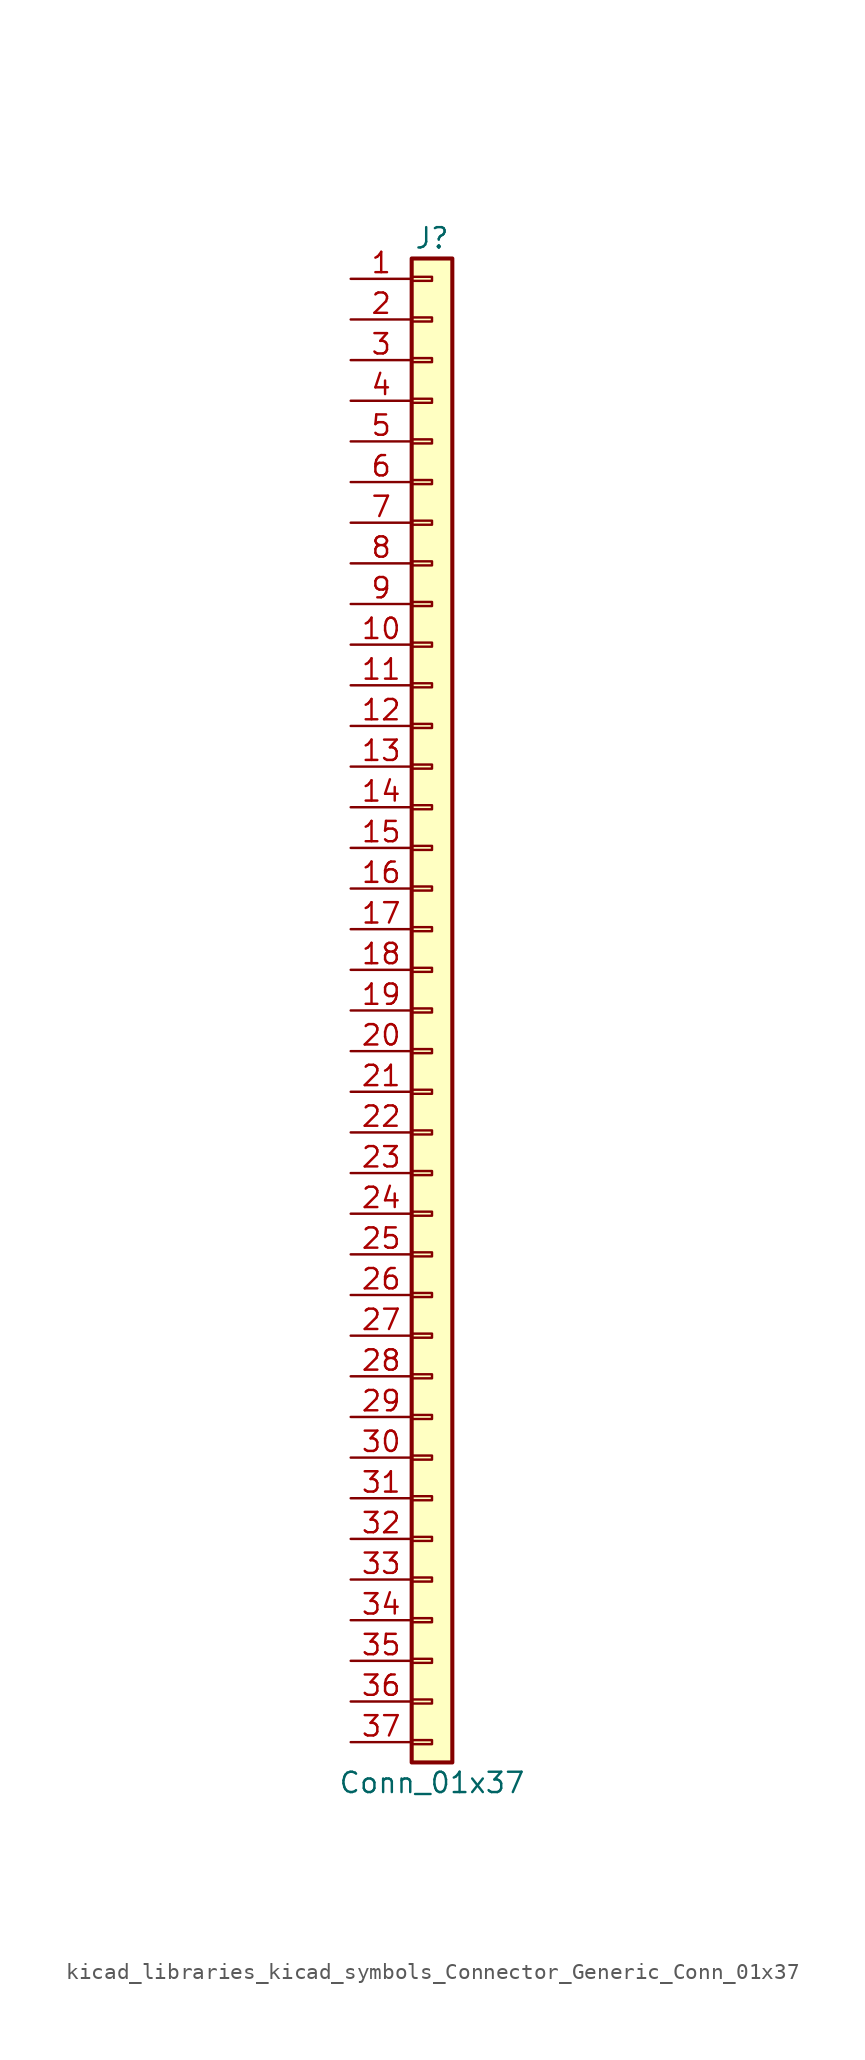
<source format=kicad_sym>
(kicad_symbol_lib
  (version 20220914)
  (generator kicad_symbol_editor)
  (symbol "kicad_libraries_kicad_symbols_Connector_Generic_Conn_01x37"
    (pin_names
      (offset 1.016) hide)
    (property "Reference" "J"
      (at 0 48.26 0)
      (effects (font (size 1.27 1.27))))
    (property "Value" "Conn_01x37"
      (at 0 -48.26 0)
      (effects (font (size 1.27 1.27))))
    (symbol "kicad_libraries_kicad_symbols_Connector_Generic_Conn_01x37_1_1"
      (rectangle (start -1.27 -45.593) (end 0 -45.847) (stroke (width 0.152) (type default)) (fill (type none)))
      (rectangle (start -1.27 -43.053) (end 0 -43.307) (stroke (width 0.152) (type default)) (fill (type none)))
      (rectangle (start -1.27 -40.513) (end 0 -40.767) (stroke (width 0.152) (type default)) (fill (type none)))
      (rectangle (start -1.27 -37.973) (end 0 -38.227) (stroke (width 0.152) (type default)) (fill (type none)))
      (rectangle (start -1.27 -35.433) (end 0 -35.687) (stroke (width 0.152) (type default)) (fill (type none)))
      (rectangle (start -1.27 -32.893) (end 0 -33.147) (stroke (width 0.152) (type default)) (fill (type none)))
      (rectangle (start -1.27 -30.353) (end 0 -30.607) (stroke (width 0.152) (type default)) (fill (type none)))
      (rectangle (start -1.27 -27.813) (end 0 -28.067) (stroke (width 0.152) (type default)) (fill (type none)))
      (rectangle (start -1.27 -25.273) (end 0 -25.527) (stroke (width 0.152) (type default)) (fill (type none)))
      (rectangle (start -1.27 -22.733) (end 0 -22.987) (stroke (width 0.152) (type default)) (fill (type none)))
      (rectangle (start -1.27 -20.193) (end 0 -20.447) (stroke (width 0.152) (type default)) (fill (type none)))
      (rectangle (start -1.27 -17.653) (end 0 -17.907) (stroke (width 0.152) (type default)) (fill (type none)))
      (rectangle (start -1.27 -15.113) (end 0 -15.367) (stroke (width 0.152) (type default)) (fill (type none)))
      (rectangle (start -1.27 -12.573) (end 0 -12.827) (stroke (width 0.152) (type default)) (fill (type none)))
      (rectangle (start -1.27 -10.033) (end 0 -10.287) (stroke (width 0.152) (type default)) (fill (type none)))
      (rectangle (start -1.27 -7.493) (end 0 -7.747) (stroke (width 0.152) (type default)) (fill (type none)))
      (rectangle (start -1.27 -4.953) (end 0 -5.207) (stroke (width 0.152) (type default)) (fill (type none)))
      (rectangle (start -1.27 -2.413) (end 0 -2.667) (stroke (width 0.152) (type default)) (fill (type none)))
      (rectangle (start -1.27 0.127) (end 0 -0.127) (stroke (width 0.152) (type default)) (fill (type none)))
      (rectangle (start -1.27 2.667) (end 0 2.413) (stroke (width 0.152) (type default)) (fill (type none)))
      (rectangle (start -1.27 5.207) (end 0 4.953) (stroke (width 0.152) (type default)) (fill (type none)))
      (rectangle (start -1.27 7.747) (end 0 7.493) (stroke (width 0.152) (type default)) (fill (type none)))
      (rectangle (start -1.27 10.287) (end 0 10.033) (stroke (width 0.152) (type default)) (fill (type none)))
      (rectangle (start -1.27 12.827) (end 0 12.573) (stroke (width 0.152) (type default)) (fill (type none)))
      (rectangle (start -1.27 15.367) (end 0 15.113) (stroke (width 0.152) (type default)) (fill (type none)))
      (rectangle (start -1.27 17.907) (end 0 17.653) (stroke (width 0.152) (type default)) (fill (type none)))
      (rectangle (start -1.27 20.447) (end 0 20.193) (stroke (width 0.152) (type default)) (fill (type none)))
      (rectangle (start -1.27 22.987) (end 0 22.733) (stroke (width 0.152) (type default)) (fill (type none)))
      (rectangle (start -1.27 25.527) (end 0 25.273) (stroke (width 0.152) (type default)) (fill (type none)))
      (rectangle (start -1.27 28.067) (end 0 27.813) (stroke (width 0.152) (type default)) (fill (type none)))
      (rectangle (start -1.27 30.607) (end 0 30.353) (stroke (width 0.152) (type default)) (fill (type none)))
      (rectangle (start -1.27 33.147) (end 0 32.893) (stroke (width 0.152) (type default)) (fill (type none)))
      (rectangle (start -1.27 35.687) (end 0 35.433) (stroke (width 0.152) (type default)) (fill (type none)))
      (rectangle (start -1.27 38.227) (end 0 37.973) (stroke (width 0.152) (type default)) (fill (type none)))
      (rectangle (start -1.27 40.767) (end 0 40.513) (stroke (width 0.152) (type default)) (fill (type none)))
      (rectangle (start -1.27 43.307) (end 0 43.053) (stroke (width 0.152) (type default)) (fill (type none)))
      (rectangle (start -1.27 45.847) (end 0 45.593) (stroke (width 0.152) (type default)) (fill (type none)))
      (rectangle (start -1.27 46.99) (end 1.27 -46.99) (stroke (width 0.254) (type default)) (fill (type background)))
      (pin passive line (at -5.08 45.72 0) (length 3.81) (name "Pin_1" (effects (font (size 1.27 1.27)))) (number "1" (effects (font (size 1.27 1.27)))))
      (pin passive line (at -5.08 22.86 0) (length 3.81) (name "Pin_10" (effects (font (size 1.27 1.27)))) (number "10" (effects (font (size 1.27 1.27)))))
      (pin passive line (at -5.08 20.32 0) (length 3.81) (name "Pin_11" (effects (font (size 1.27 1.27)))) (number "11" (effects (font (size 1.27 1.27)))))
      (pin passive line (at -5.08 17.78 0) (length 3.81) (name "Pin_12" (effects (font (size 1.27 1.27)))) (number "12" (effects (font (size 1.27 1.27)))))
      (pin passive line (at -5.08 15.24 0) (length 3.81) (name "Pin_13" (effects (font (size 1.27 1.27)))) (number "13" (effects (font (size 1.27 1.27)))))
      (pin passive line (at -5.08 12.7 0) (length 3.81) (name "Pin_14" (effects (font (size 1.27 1.27)))) (number "14" (effects (font (size 1.27 1.27)))))
      (pin passive line (at -5.08 10.16 0) (length 3.81) (name "Pin_15" (effects (font (size 1.27 1.27)))) (number "15" (effects (font (size 1.27 1.27)))))
      (pin passive line (at -5.08 7.62 0) (length 3.81) (name "Pin_16" (effects (font (size 1.27 1.27)))) (number "16" (effects (font (size 1.27 1.27)))))
      (pin passive line (at -5.08 5.08 0) (length 3.81) (name "Pin_17" (effects (font (size 1.27 1.27)))) (number "17" (effects (font (size 1.27 1.27)))))
      (pin passive line (at -5.08 2.54 0) (length 3.81) (name "Pin_18" (effects (font (size 1.27 1.27)))) (number "18" (effects (font (size 1.27 1.27)))))
      (pin passive line (at -5.08 0 0) (length 3.81) (name "Pin_19" (effects (font (size 1.27 1.27)))) (number "19" (effects (font (size 1.27 1.27)))))
      (pin passive line (at -5.08 43.18 0) (length 3.81) (name "Pin_2" (effects (font (size 1.27 1.27)))) (number "2" (effects (font (size 1.27 1.27)))))
      (pin passive line (at -5.08 -2.54 0) (length 3.81) (name "Pin_20" (effects (font (size 1.27 1.27)))) (number "20" (effects (font (size 1.27 1.27)))))
      (pin passive line (at -5.08 -5.08 0) (length 3.81) (name "Pin_21" (effects (font (size 1.27 1.27)))) (number "21" (effects (font (size 1.27 1.27)))))
      (pin passive line (at -5.08 -7.62 0) (length 3.81) (name "Pin_22" (effects (font (size 1.27 1.27)))) (number "22" (effects (font (size 1.27 1.27)))))
      (pin passive line (at -5.08 -10.16 0) (length 3.81) (name "Pin_23" (effects (font (size 1.27 1.27)))) (number "23" (effects (font (size 1.27 1.27)))))
      (pin passive line (at -5.08 -12.7 0) (length 3.81) (name "Pin_24" (effects (font (size 1.27 1.27)))) (number "24" (effects (font (size 1.27 1.27)))))
      (pin passive line (at -5.08 -15.24 0) (length 3.81) (name "Pin_25" (effects (font (size 1.27 1.27)))) (number "25" (effects (font (size 1.27 1.27)))))
      (pin passive line (at -5.08 -17.78 0) (length 3.81) (name "Pin_26" (effects (font (size 1.27 1.27)))) (number "26" (effects (font (size 1.27 1.27)))))
      (pin passive line (at -5.08 -20.32 0) (length 3.81) (name "Pin_27" (effects (font (size 1.27 1.27)))) (number "27" (effects (font (size 1.27 1.27)))))
      (pin passive line (at -5.08 -22.86 0) (length 3.81) (name "Pin_28" (effects (font (size 1.27 1.27)))) (number "28" (effects (font (size 1.27 1.27)))))
      (pin passive line (at -5.08 -25.4 0) (length 3.81) (name "Pin_29" (effects (font (size 1.27 1.27)))) (number "29" (effects (font (size 1.27 1.27)))))
      (pin passive line (at -5.08 40.64 0) (length 3.81) (name "Pin_3" (effects (font (size 1.27 1.27)))) (number "3" (effects (font (size 1.27 1.27)))))
      (pin passive line (at -5.08 -27.94 0) (length 3.81) (name "Pin_30" (effects (font (size 1.27 1.27)))) (number "30" (effects (font (size 1.27 1.27)))))
      (pin passive line (at -5.08 -30.48 0) (length 3.81) (name "Pin_31" (effects (font (size 1.27 1.27)))) (number "31" (effects (font (size 1.27 1.27)))))
      (pin passive line (at -5.08 -33.02 0) (length 3.81) (name "Pin_32" (effects (font (size 1.27 1.27)))) (number "32" (effects (font (size 1.27 1.27)))))
      (pin passive line (at -5.08 -35.56 0) (length 3.81) (name "Pin_33" (effects (font (size 1.27 1.27)))) (number "33" (effects (font (size 1.27 1.27)))))
      (pin passive line (at -5.08 -38.1 0) (length 3.81) (name "Pin_34" (effects (font (size 1.27 1.27)))) (number "34" (effects (font (size 1.27 1.27)))))
      (pin passive line (at -5.08 -40.64 0) (length 3.81) (name "Pin_35" (effects (font (size 1.27 1.27)))) (number "35" (effects (font (size 1.27 1.27)))))
      (pin passive line (at -5.08 -43.18 0) (length 3.81) (name "Pin_36" (effects (font (size 1.27 1.27)))) (number "36" (effects (font (size 1.27 1.27)))))
      (pin passive line (at -5.08 -45.72 0) (length 3.81) (name "Pin_37" (effects (font (size 1.27 1.27)))) (number "37" (effects (font (size 1.27 1.27)))))
      (pin passive line (at -5.08 38.1 0) (length 3.81) (name "Pin_4" (effects (font (size 1.27 1.27)))) (number "4" (effects (font (size 1.27 1.27)))))
      (pin passive line (at -5.08 35.56 0) (length 3.81) (name "Pin_5" (effects (font (size 1.27 1.27)))) (number "5" (effects (font (size 1.27 1.27)))))
      (pin passive line (at -5.08 33.02 0) (length 3.81) (name "Pin_6" (effects (font (size 1.27 1.27)))) (number "6" (effects (font (size 1.27 1.27)))))
      (pin passive line (at -5.08 30.48 0) (length 3.81) (name "Pin_7" (effects (font (size 1.27 1.27)))) (number "7" (effects (font (size 1.27 1.27)))))
      (pin passive line (at -5.08 27.94 0) (length 3.81) (name "Pin_8" (effects (font (size 1.27 1.27)))) (number "8" (effects (font (size 1.27 1.27)))))
      (pin passive line (at -5.08 25.4 0) (length 3.81) (name "Pin_9" (effects (font (size 1.27 1.27)))) (number "9" (effects (font (size 1.27 1.27))))))))
</source>
